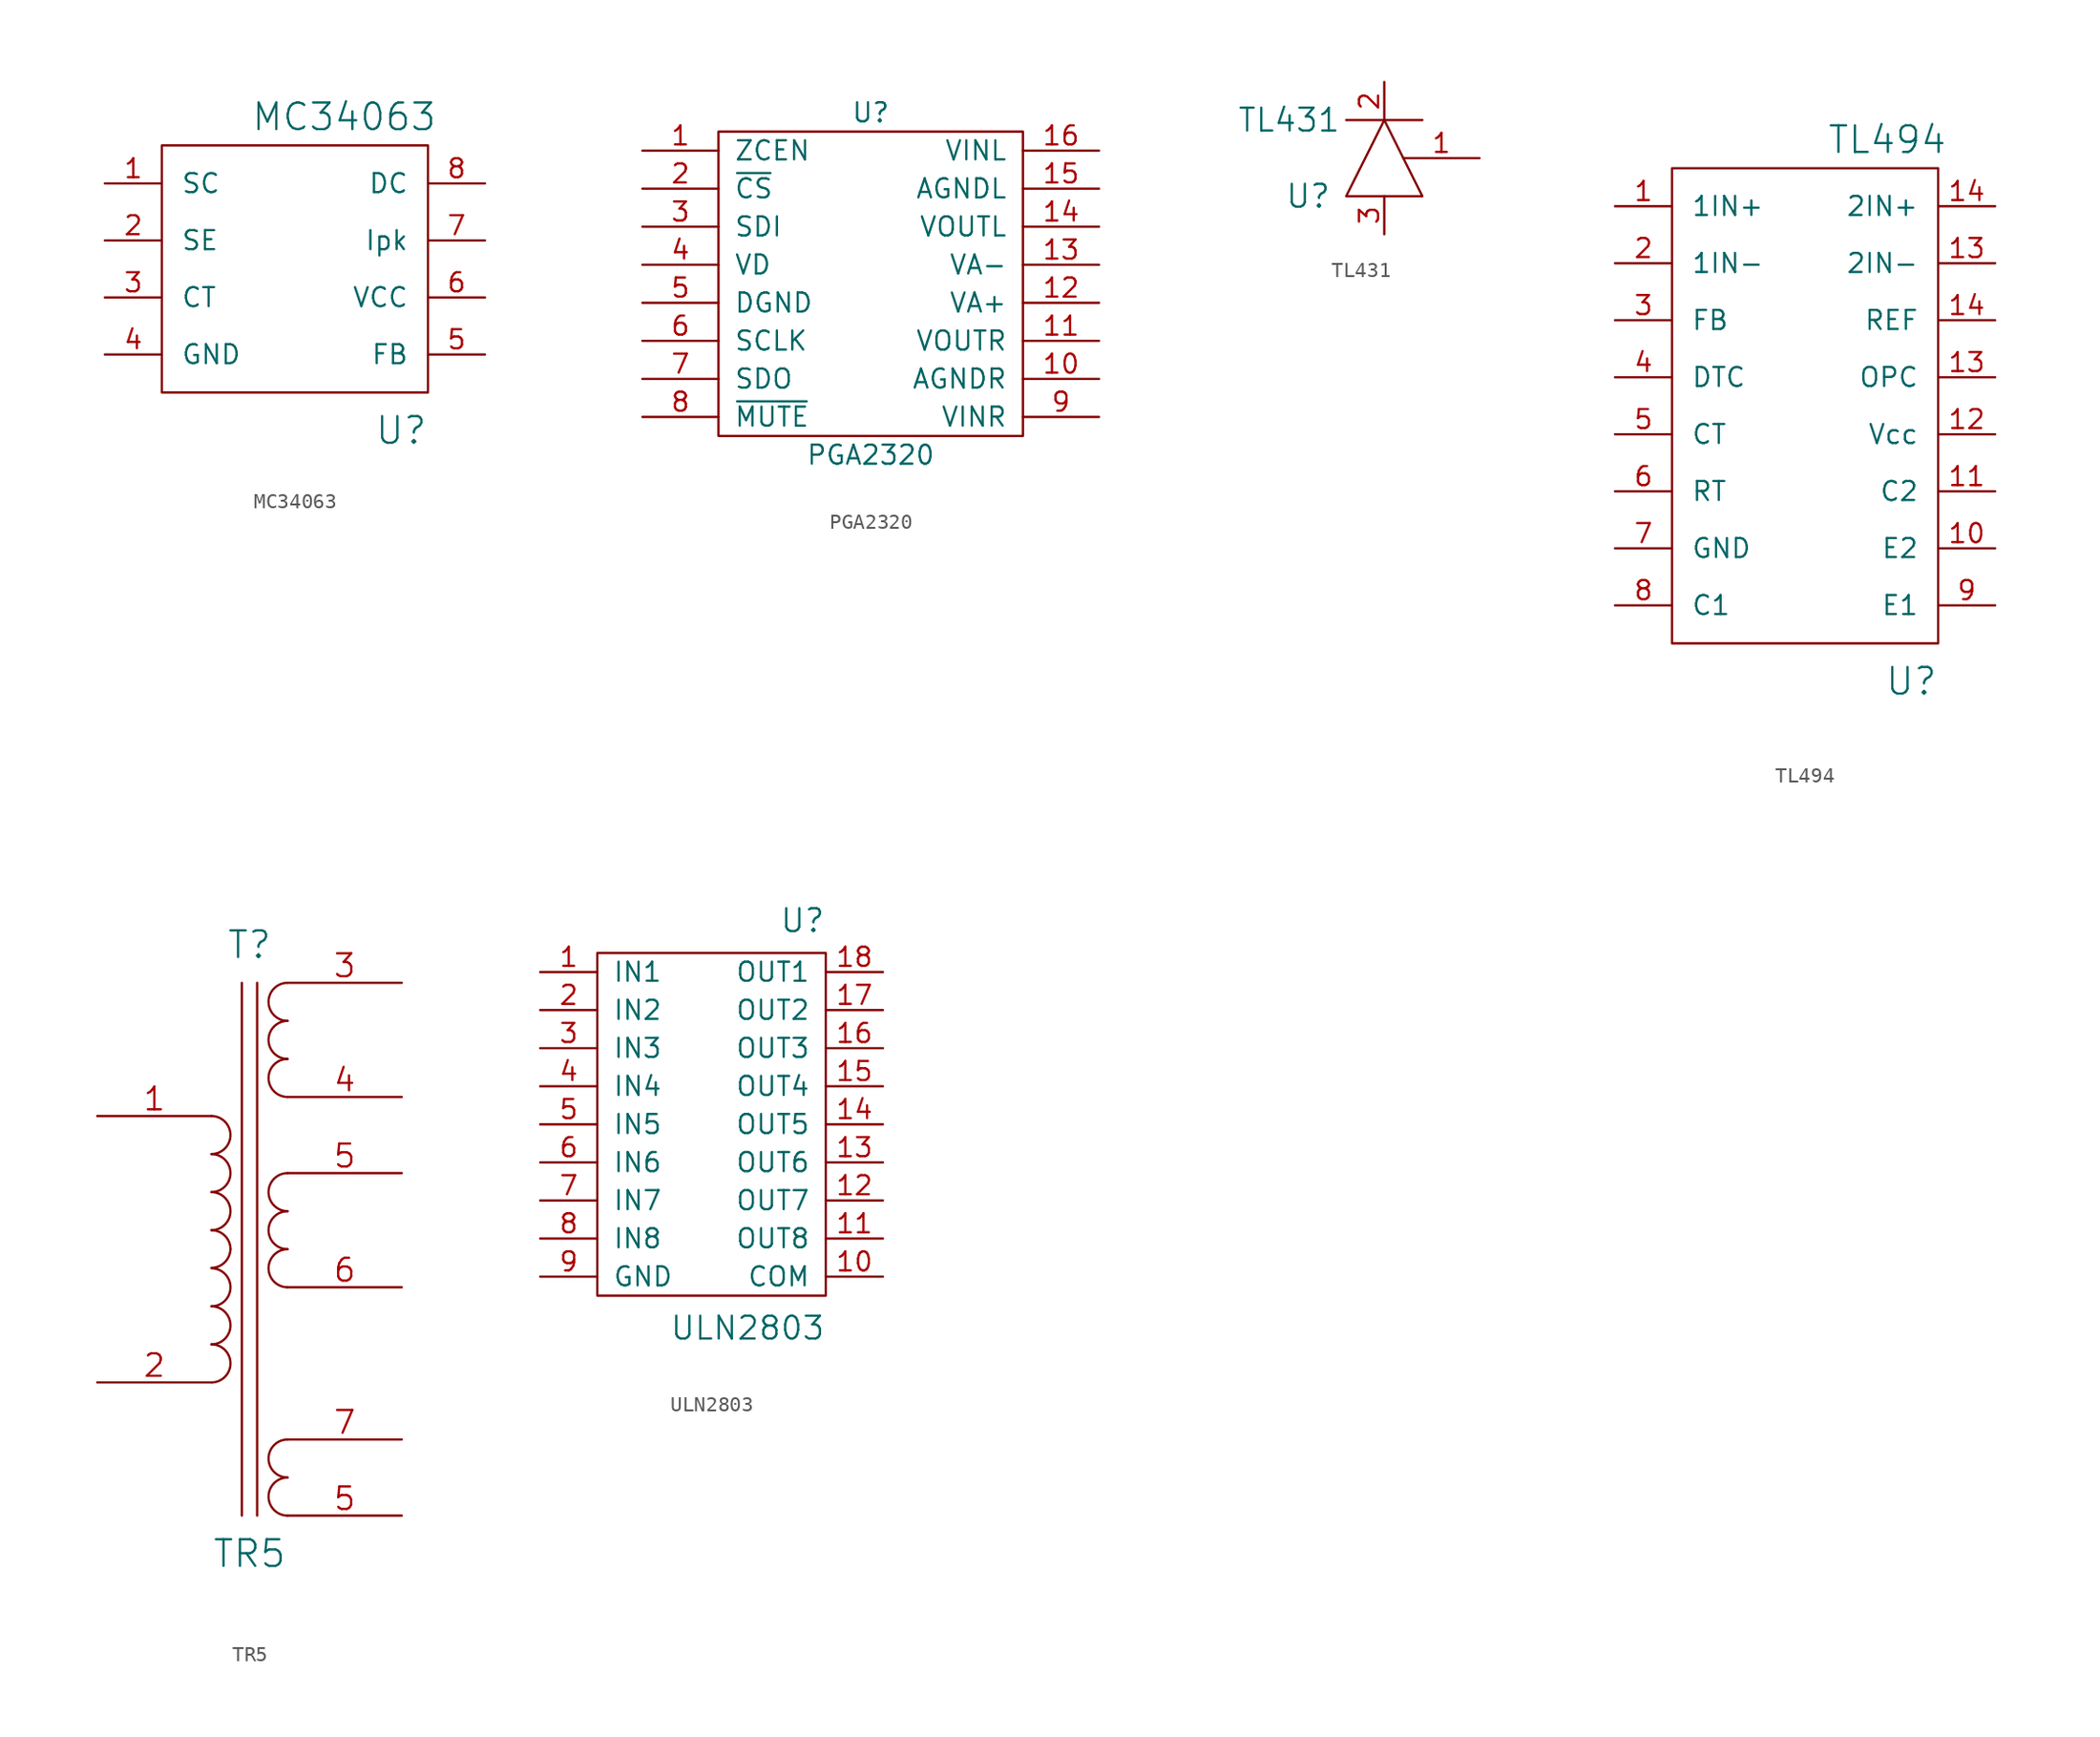
<source format=kicad_sym>
(kicad_symbol_lib
  (version 20211014)
  (generator kicad_symbol_editor)
  (symbol "MC34063"
    (pin_names
      (offset 1.27))
    (property "Reference" "U"
      (at 8.89 -11.43 0)
      (effects (font (size 1.778 1.778)) (justify right)))
    (property "Value" "MC34063"
      (at 9.525 9.525 0)
      (effects (font (size 1.778 1.778)) (justify right)))
    (property "Footprint" ""
      (at 0 0 0)
      (effects (font (size 1.524 1.524))))
    (property "Datasheet" ""
      (at 0 0 0)
      (effects (font (size 1.524 1.524))))
    (symbol "MC34063_0_1"
      (rectangle (start -8.89 -8.89) (end 8.89 7.62) (stroke (width 0) (type default) (color 0 0 0 0)) (fill (type none))))
    (symbol "MC34063_1_1"
      (pin power_in line (at -12.7 5.08 0) (length 3.81) (name "SC" (effects (font (size 1.27 1.27)))) (number "1" (effects (font (size 1.27 1.27)))))
      (pin power_out line (at -12.7 1.27 0) (length 3.81) (name "SE" (effects (font (size 1.27 1.27)))) (number "2" (effects (font (size 1.27 1.27)))))
      (pin input line (at -12.7 -2.54 0) (length 3.81) (name "CT" (effects (font (size 1.27 1.27)))) (number "3" (effects (font (size 1.27 1.27)))))
      (pin power_out line (at -12.7 -6.35 0) (length 3.81) (name "GND" (effects (font (size 1.27 1.27)))) (number "4" (effects (font (size 1.27 1.27)))))
      (pin input line (at 12.7 -6.35 180) (length 3.81) (name "FB" (effects (font (size 1.27 1.27)))) (number "5" (effects (font (size 1.27 1.27)))))
      (pin power_in line (at 12.7 -2.54 180) (length 3.81) (name "VCC" (effects (font (size 1.27 1.27)))) (number "6" (effects (font (size 1.27 1.27)))))
      (pin input line (at 12.7 1.27 180) (length 3.81) (name "Ipk" (effects (font (size 1.27 1.27)))) (number "7" (effects (font (size 1.27 1.27)))))
      (pin power_in line (at 12.7 5.08 180) (length 3.81) (name "DC" (effects (font (size 1.27 1.27)))) (number "8" (effects (font (size 1.27 1.27)))))))
  (symbol "PGA2320"
    (pin_names
      (offset 1.016))
    (property "Reference" "U"
      (at 0 11.43 0)
      (effects (font (size 1.27 1.27))))
    (property "Value" "PGA2320"
      (at 0 -11.43 0)
      (effects (font (size 1.27 1.27))))
    (symbol "PGA2320_0_1"
      (rectangle (start -10.16 10.16) (end 10.16 -10.16) (stroke (width 0) (type default) (color 0 0 0 0)) (fill (type none))))
    (symbol "PGA2320_1_1"
      (pin input line (at -15.24 8.89 0) (length 5.08) (name "ZCEN" (effects (font (size 1.27 1.27)))) (number "1" (effects (font (size 1.27 1.27)))))
      (pin passive line (at 15.24 -6.35 180) (length 5.08) (name "AGNDR" (effects (font (size 1.27 1.27)))) (number "10" (effects (font (size 1.27 1.27)))))
      (pin output line (at 15.24 -3.81 180) (length 5.08) (name "VOUTR" (effects (font (size 1.27 1.27)))) (number "11" (effects (font (size 1.27 1.27)))))
      (pin power_in line (at 15.24 -1.27 180) (length 5.08) (name "VA+" (effects (font (size 1.27 1.27)))) (number "12" (effects (font (size 1.27 1.27)))))
      (pin power_in line (at 15.24 1.27 180) (length 5.08) (name "VA-" (effects (font (size 1.27 1.27)))) (number "13" (effects (font (size 1.27 1.27)))))
      (pin output line (at 15.24 3.81 180) (length 5.08) (name "VOUTL" (effects (font (size 1.27 1.27)))) (number "14" (effects (font (size 1.27 1.27)))))
      (pin passive line (at 15.24 6.35 180) (length 5.08) (name "AGNDL" (effects (font (size 1.27 1.27)))) (number "15" (effects (font (size 1.27 1.27)))))
      (pin input line (at 15.24 8.89 180) (length 5.08) (name "VINL" (effects (font (size 1.27 1.27)))) (number "16" (effects (font (size 1.27 1.27)))))
      (pin input line (at -15.24 6.35 0) (length 5.08) (name "~{CS}" (effects (font (size 1.27 1.27)))) (number "2" (effects (font (size 1.27 1.27)))))
      (pin input line (at -15.24 3.81 0) (length 5.08) (name "SDI" (effects (font (size 1.27 1.27)))) (number "3" (effects (font (size 1.27 1.27)))))
      (pin power_in line (at -15.24 1.27 0) (length 5.08) (name "VD" (effects (font (size 1.27 1.27)))) (number "4" (effects (font (size 1.27 1.27)))))
      (pin power_out line (at -15.24 -1.27 0) (length 5.08) (name "DGND" (effects (font (size 1.27 1.27)))) (number "5" (effects (font (size 1.27 1.27)))))
      (pin input line (at -15.24 -3.81 0) (length 5.08) (name "SCLK" (effects (font (size 1.27 1.27)))) (number "6" (effects (font (size 1.27 1.27)))))
      (pin output line (at -15.24 -6.35 0) (length 5.08) (name "SDO" (effects (font (size 1.27 1.27)))) (number "7" (effects (font (size 1.27 1.27)))))
      (pin input line (at -15.24 -8.89 0) (length 5.08) (name "~{MUTE}" (effects (font (size 1.27 1.27)))) (number "8" (effects (font (size 1.27 1.27)))))
      (pin input line (at 15.24 -8.89 180) (length 5.08) (name "VINR" (effects (font (size 1.27 1.27)))) (number "9" (effects (font (size 1.27 1.27)))))))
  (symbol "TL431"
    (pin_names
      (offset 1.016))
    (property "Reference" "U"
      (at -5.08 -2.54 0)
      (effects (font (size 1.524 1.524))))
    (property "Value" "TL431"
      (at -6.35 2.54 0)
      (effects (font (size 1.524 1.524))))
    (property "Footprint" ""
      (at 0 0 0)
      (effects (font (size 1.524 1.524))))
    (property "Datasheet" ""
      (at 0 0 0)
      (effects (font (size 1.524 1.524))))
    (symbol "TL431_0_1"
      (polyline (pts (xy -2.54 2.54) (xy 2.54 2.54)) (stroke (width 0) (type default) (color 0 0 0 0)) (fill (type none)))
      (polyline (pts (xy -2.54 -2.54) (xy 0 2.54) (xy 2.54 -2.54) (xy -2.54 -2.54)) (stroke (width 0) (type default) (color 0 0 0 0)) (fill (type none))))
    (symbol "TL431_1_1"
      (pin input line (at 6.35 0 180) (length 5.08) (name "REF" (effects (font (size 0 0)))) (number "1" (effects (font (size 1.27 1.27)))))
      (pin input line (at 0 5.08 270) (length 2.54) (name "C" (effects (font (size 0 0)))) (number "2" (effects (font (size 1.27 1.27)))))
      (pin input line (at 0 -5.08 90) (length 2.54) (name "A" (effects (font (size 0 0)))) (number "3" (effects (font (size 1.27 1.27)))))))
  (symbol "TL494"
    (pin_names
      (offset 1.27))
    (property "Reference" "U"
      (at 8.89 -16.51 0)
      (effects (font (size 1.778 1.778)) (justify right)))
    (property "Value" "TL494"
      (at 9.525 19.685 0)
      (effects (font (size 1.778 1.778)) (justify right)))
    (property "Footprint" ""
      (at 0 0 0)
      (effects (font (size 1.524 1.524))))
    (property "Datasheet" ""
      (at 0 0 0)
      (effects (font (size 1.524 1.524))))
    (symbol "TL494_0_1"
      (rectangle (start -8.89 -13.97) (end 8.89 17.78) (stroke (width 0) (type default) (color 0 0 0 0)) (fill (type none))))
    (symbol "TL494_1_1"
      (pin input line (at -12.7 15.24 0) (length 3.81) (name "1IN+" (effects (font (size 1.27 1.27)))) (number "1" (effects (font (size 1.27 1.27)))))
      (pin input line (at 12.7 -7.62 180) (length 3.81) (name "E2" (effects (font (size 1.27 1.27)))) (number "10" (effects (font (size 1.27 1.27)))))
      (pin input line (at 12.7 -3.81 180) (length 3.81) (name "C2" (effects (font (size 1.27 1.27)))) (number "11" (effects (font (size 1.27 1.27)))))
      (pin input line (at 12.7 0 180) (length 3.81) (name "Vcc" (effects (font (size 1.27 1.27)))) (number "12" (effects (font (size 1.27 1.27)))))
      (pin output line (at 12.7 11.43 180) (length 3.81) (name "2IN-" (effects (font (size 1.27 1.27)))) (number "13" (effects (font (size 1.27 1.27)))))
      (pin passive line (at 12.7 3.81 180) (length 3.81) (name "OPC" (effects (font (size 1.27 1.27)))) (number "13" (effects (font (size 1.27 1.27)))))
      (pin power_in line (at 12.7 15.24 180) (length 3.81) (name "2IN+" (effects (font (size 1.27 1.27)))) (number "14" (effects (font (size 1.27 1.27)))))
      (pin power_in line (at 12.7 7.62 180) (length 3.81) (name "REF" (effects (font (size 1.27 1.27)))) (number "14" (effects (font (size 1.27 1.27)))))
      (pin input line (at -12.7 11.43 0) (length 3.81) (name "1IN-" (effects (font (size 1.27 1.27)))) (number "2" (effects (font (size 1.27 1.27)))))
      (pin input line (at -12.7 7.62 0) (length 3.81) (name "FB" (effects (font (size 1.27 1.27)))) (number "3" (effects (font (size 1.27 1.27)))))
      (pin input line (at -12.7 3.81 0) (length 3.81) (name "DTC" (effects (font (size 1.27 1.27)))) (number "4" (effects (font (size 1.27 1.27)))))
      (pin input line (at -12.7 0 0) (length 3.81) (name "CT" (effects (font (size 1.27 1.27)))) (number "5" (effects (font (size 1.27 1.27)))))
      (pin input line (at -12.7 -3.81 0) (length 3.81) (name "RT" (effects (font (size 1.27 1.27)))) (number "6" (effects (font (size 1.27 1.27)))))
      (pin input line (at -12.7 -7.62 0) (length 3.81) (name "GND" (effects (font (size 1.27 1.27)))) (number "7" (effects (font (size 1.27 1.27)))))
      (pin input line (at -12.7 -11.43 0) (length 3.81) (name "C1" (effects (font (size 1.27 1.27)))) (number "8" (effects (font (size 1.27 1.27)))))
      (pin input line (at 12.7 -11.43 180) (length 3.81) (name "E1" (effects (font (size 1.27 1.27)))) (number "9" (effects (font (size 1.27 1.27)))))))
  (symbol "TR5"
    (pin_names
      (offset 1.016) hide)
    (property "Reference" "T"
      (at 0 20.32 0)
      (effects (font (size 1.778 1.778))))
    (property "Value" "TR5"
      (at 0 -20.32 0)
      (effects (font (size 1.778 1.778))))
    (property "Footprint" ""
      (at 0 0 0)
      (effects (font (size 1.524 1.524))))
    (property "Datasheet" ""
      (at 0 0 0)
      (effects (font (size 1.524 1.524))))
    (symbol "TR5_0_1"
      (arc (start -2.54 -8.89) (mid -1.27 -7.62) (end -2.54 -6.35) (stroke (width 0) (type default) (color 0 0 0 0)) (fill (type none)))
      (arc (start -2.54 -6.35) (mid -1.27 -5.08) (end -2.54 -3.81) (stroke (width 0) (type default) (color 0 0 0 0)) (fill (type none)))
      (arc (start -2.54 -3.81) (mid -1.27 -2.54) (end -2.54 -1.27) (stroke (width 0) (type default) (color 0 0 0 0)) (fill (type none)))
      (arc (start -2.54 -1.2446) (mid -1.6599 -0.8801) (end -1.27 0) (stroke (width 0) (type default) (color 0 0 0 0)) (fill (type none)))
      (arc (start -2.54 1.27) (mid -1.27 2.54) (end -2.54 3.81) (stroke (width 0) (type default) (color 0 0 0 0)) (fill (type none)))
      (arc (start -2.54 3.81) (mid -1.27 5.08) (end -2.54 6.35) (stroke (width 0) (type default) (color 0 0 0 0)) (fill (type none)))
      (arc (start -2.54 6.35) (mid -1.27 7.62) (end -2.54 8.89) (stroke (width 0) (type default) (color 0 0 0 0)) (fill (type none)))
      (arc (start -1.27 0) (mid -1.642 0.898) (end -2.54 1.27) (stroke (width 0) (type default) (color 0 0 0 0)) (fill (type none)))
      (polyline (pts (xy -0.508 -17.78) (xy -0.508 17.78)) (stroke (width 0) (type default) (color 0 0 0 0)) (fill (type none)))
      (polyline (pts (xy 0.508 17.78) (xy 0.508 -17.78)) (stroke (width 0) (type default) (color 0 0 0 0)) (fill (type none)))
      (arc (start 2.54 -15.24) (mid 1.27 -16.51) (end 2.54 -17.78) (stroke (width 0) (type default) (color 0 0 0 0)) (fill (type none)))
      (arc (start 2.54 -12.7) (mid 1.27 -13.97) (end 2.54 -15.24) (stroke (width 0) (type default) (color 0 0 0 0)) (fill (type none)))
      (arc (start 2.54 0) (mid 1.27 -1.27) (end 2.54 -2.54) (stroke (width 0) (type default) (color 0 0 0 0)) (fill (type none)))
      (arc (start 2.54 2.54) (mid 1.27 1.27) (end 2.54 0) (stroke (width 0) (type default) (color 0 0 0 0)) (fill (type none)))
      (arc (start 2.54 5.08) (mid 1.27 3.81) (end 2.54 2.54) (stroke (width 0) (type default) (color 0 0 0 0)) (fill (type none)))
      (arc (start 2.54 12.7) (mid 1.27 11.43) (end 2.54 10.16) (stroke (width 0) (type default) (color 0 0 0 0)) (fill (type none)))
      (arc (start 2.54 15.24) (mid 1.27 13.97) (end 2.54 12.7) (stroke (width 0) (type default) (color 0 0 0 0)) (fill (type none)))
      (arc (start 2.54 17.78) (mid 1.27 16.51) (end 2.54 15.24) (stroke (width 0) (type default) (color 0 0 0 0)) (fill (type none))))
    (symbol "TR5_1_1"
      (pin passive line (at -10.16 8.89 0) (length 7.62) (name "~" (effects (font (size 1.524 1.524)))) (number "1" (effects (font (size 1.524 1.524)))))
      (pin passive line (at -10.16 -8.89 0) (length 7.62) (name "~" (effects (font (size 1.27 1.27)))) (number "2" (effects (font (size 1.499 1.499)))))
      (pin passive line (at 10.16 17.78 180) (length 7.62) (name "~" (effects (font (size 1.524 1.524)))) (number "3" (effects (font (size 1.524 1.524)))))
      (pin passive line (at 10.16 10.16 180) (length 7.62) (name "~" (effects (font (size 1.27 1.27)))) (number "4" (effects (font (size 1.499 1.499)))))
      (pin passive line (at 10.16 -17.78 180) (length 7.62) (name "~" (effects (font (size 1.27 1.27)))) (number "5" (effects (font (size 1.499 1.499)))))
      (pin passive line (at 10.16 5.08 180) (length 7.62) (name "~" (effects (font (size 1.524 1.524)))) (number "5" (effects (font (size 1.524 1.524)))))
      (pin passive line (at 10.16 -2.54 180) (length 7.62) (name "SD" (effects (font (size 1.524 1.524)))) (number "6" (effects (font (size 1.524 1.524)))))
      (pin passive line (at 10.16 -12.7 180) (length 7.62) (name "~" (effects (font (size 1.524 1.524)))) (number "7" (effects (font (size 1.524 1.524)))))))
  (symbol "ULN2803"
    (pin_names
      (offset 1.016))
    (property "Reference" "U"
      (at 7.62 10.16 0)
      (effects (font (size 1.524 1.524)) (justify right bottom)))
    (property "Value" "ULN2803"
      (at 7.62 -15.24 0)
      (effects (font (size 1.524 1.524)) (justify right top)))
    (property "Footprint" ""
      (at 0 0 0)
      (effects (font (size 1.524 1.524))))
    (property "Datasheet" ""
      (at 0 0 0)
      (effects (font (size 1.524 1.524))))
    (symbol "ULN2803_0_1"
      (rectangle (start -7.62 8.89) (end 7.62 -13.97) (stroke (width 0) (type default) (color 0 0 0 0)) (fill (type none))))
    (symbol "ULN2803_1_1"
      (pin input line (at -11.43 7.62 0) (length 3.81) (name "IN1" (effects (font (size 1.27 1.27)))) (number "1" (effects (font (size 1.27 1.27)))))
      (pin output line (at 11.43 -12.7 180) (length 3.81) (name "COM" (effects (font (size 1.27 1.27)))) (number "10" (effects (font (size 1.27 1.27)))))
      (pin output line (at 11.43 -10.16 180) (length 3.81) (name "OUT8" (effects (font (size 1.27 1.27)))) (number "11" (effects (font (size 1.27 1.27)))))
      (pin output line (at 11.43 -7.62 180) (length 3.81) (name "OUT7" (effects (font (size 1.27 1.27)))) (number "12" (effects (font (size 1.27 1.27)))))
      (pin output line (at 11.43 -5.08 180) (length 3.81) (name "OUT6" (effects (font (size 1.27 1.27)))) (number "13" (effects (font (size 1.27 1.27)))))
      (pin output line (at 11.43 -2.54 180) (length 3.81) (name "OUT5" (effects (font (size 1.27 1.27)))) (number "14" (effects (font (size 1.27 1.27)))))
      (pin output line (at 11.43 0 180) (length 3.81) (name "OUT4" (effects (font (size 1.27 1.27)))) (number "15" (effects (font (size 1.27 1.27)))))
      (pin output line (at 11.43 2.54 180) (length 3.81) (name "OUT3" (effects (font (size 1.27 1.27)))) (number "16" (effects (font (size 1.27 1.27)))))
      (pin output line (at 11.43 5.08 180) (length 3.81) (name "OUT2" (effects (font (size 1.27 1.27)))) (number "17" (effects (font (size 1.27 1.27)))))
      (pin output line (at 11.43 7.62 180) (length 3.81) (name "OUT1" (effects (font (size 1.27 1.27)))) (number "18" (effects (font (size 1.27 1.27)))))
      (pin input line (at -11.43 5.08 0) (length 3.81) (name "IN2" (effects (font (size 1.27 1.27)))) (number "2" (effects (font (size 1.27 1.27)))))
      (pin input line (at -11.43 2.54 0) (length 3.81) (name "IN3" (effects (font (size 1.27 1.27)))) (number "3" (effects (font (size 1.27 1.27)))))
      (pin input line (at -11.43 0 0) (length 3.81) (name "IN4" (effects (font (size 1.27 1.27)))) (number "4" (effects (font (size 1.27 1.27)))))
      (pin input line (at -11.43 -2.54 0) (length 3.81) (name "IN5" (effects (font (size 1.27 1.27)))) (number "5" (effects (font (size 1.27 1.27)))))
      (pin input line (at -11.43 -5.08 0) (length 3.81) (name "IN6" (effects (font (size 1.27 1.27)))) (number "6" (effects (font (size 1.27 1.27)))))
      (pin input line (at -11.43 -7.62 0) (length 3.81) (name "IN7" (effects (font (size 1.27 1.27)))) (number "7" (effects (font (size 1.27 1.27)))))
      (pin input line (at -11.43 -10.16 0) (length 3.81) (name "IN8" (effects (font (size 1.27 1.27)))) (number "8" (effects (font (size 1.27 1.27)))))
      (pin input line (at -11.43 -12.7 0) (length 3.81) (name "GND" (effects (font (size 1.27 1.27)))) (number "9" (effects (font (size 1.27 1.27))))))))
</source>
